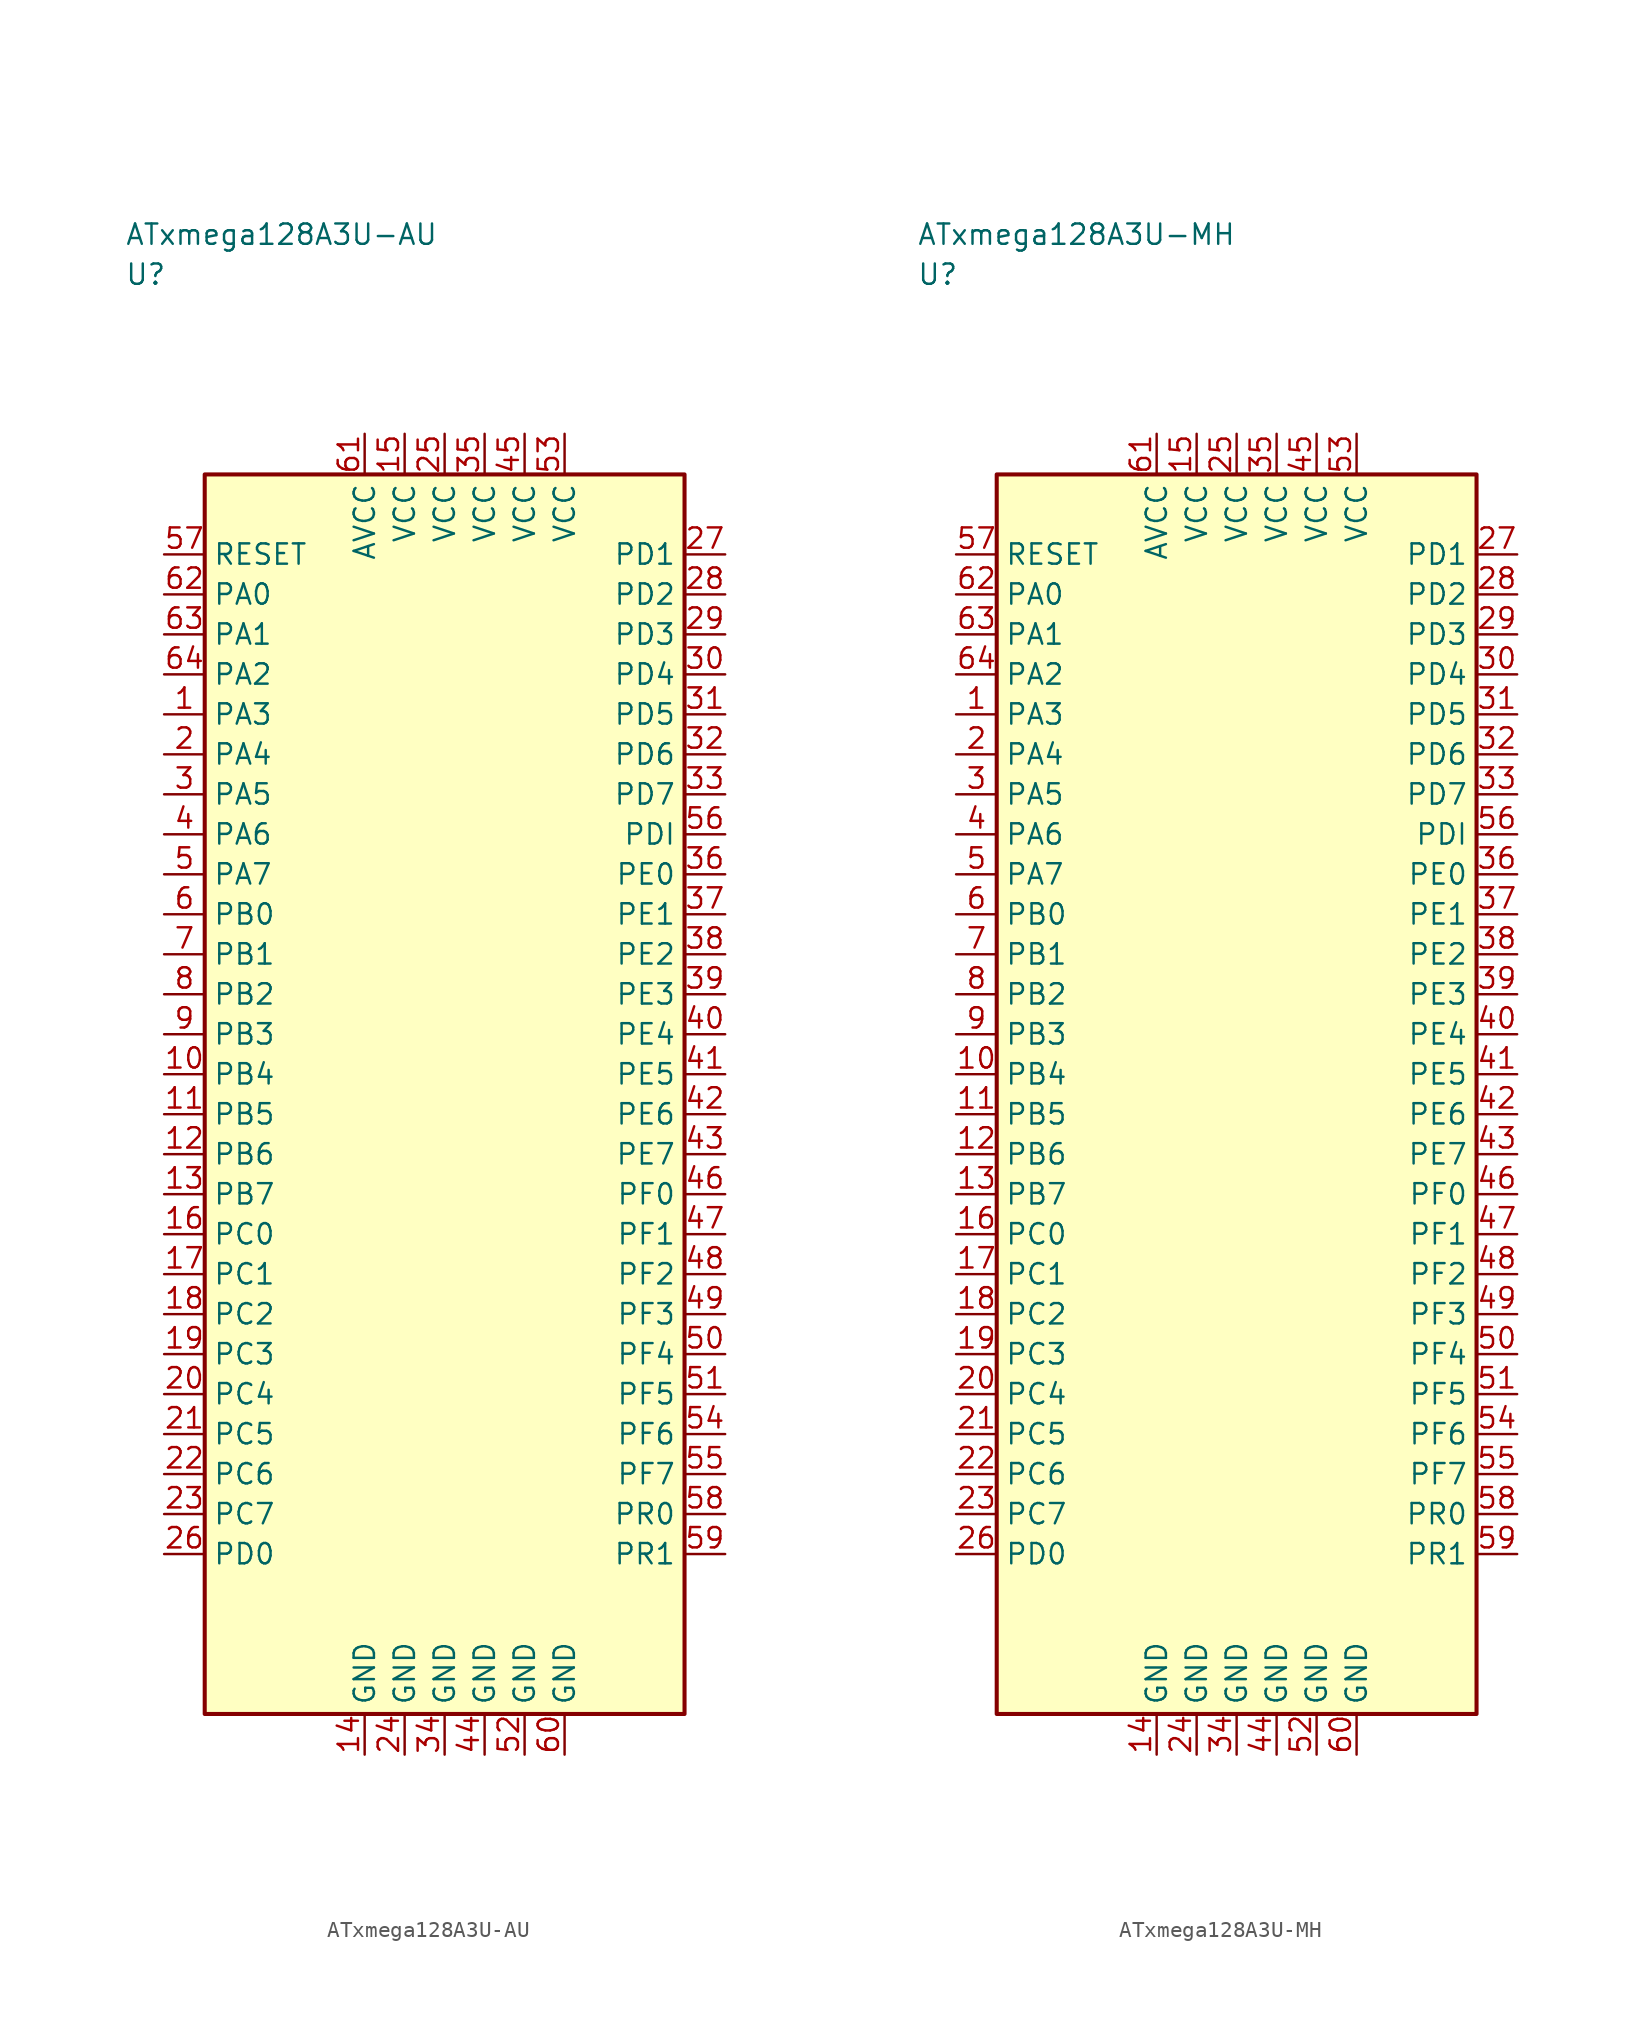
<source format=kicad_sym>
(kicad_symbol_lib
  (version 20241025)
  (generator "kicad_symbol_editor")
  (generator_version "8.0")
  (symbol "ATxmega128A3U-AU"
    (property "Reference" "U"
      (at -20.0 51.25 0)
      (effects (font (size 1.27 1.27)) (justify left)))
    (property "Value" "ATxmega128A3U-AU"
      (at -20.0 53.75 0)
      (effects (font (size 1.27 1.27)) (justify left)))
    (symbol "ATxmega128A3U-AU_0_1"
      (rectangle (start -15.0 38.75) (end 15.0 -38.75) (stroke (width 0.254) (type default)) (fill (type background))))
    (symbol "ATxmega128A3U-AU_1_1"
      (pin bidirectional line (at -17.54 23.75 0.0) (length 2.54) (name "PA3" (effects (font (size 1.27 1.27)))) (number "1" (effects (font (size 1.27 1.27)))))
      (pin bidirectional line (at -17.54 21.25 0.0) (length 2.54) (name "PA4" (effects (font (size 1.27 1.27)))) (number "2" (effects (font (size 1.27 1.27)))))
      (pin bidirectional line (at -17.54 18.75 0.0) (length 2.54) (name "PA5" (effects (font (size 1.27 1.27)))) (number "3" (effects (font (size 1.27 1.27)))))
      (pin bidirectional line (at -17.54 16.25 0.0) (length 2.54) (name "PA6" (effects (font (size 1.27 1.27)))) (number "4" (effects (font (size 1.27 1.27)))))
      (pin bidirectional line (at -17.54 13.75 0.0) (length 2.54) (name "PA7" (effects (font (size 1.27 1.27)))) (number "5" (effects (font (size 1.27 1.27)))))
      (pin bidirectional line (at -17.54 11.25 0.0) (length 2.54) (name "PB0" (effects (font (size 1.27 1.27)))) (number "6" (effects (font (size 1.27 1.27)))))
      (pin bidirectional line (at -17.54 8.75 0.0) (length 2.54) (name "PB1" (effects (font (size 1.27 1.27)))) (number "7" (effects (font (size 1.27 1.27)))))
      (pin bidirectional line (at -17.54 6.25 0.0) (length 2.54) (name "PB2" (effects (font (size 1.27 1.27)))) (number "8" (effects (font (size 1.27 1.27)))))
      (pin bidirectional line (at -17.54 3.75 0.0) (length 2.54) (name "PB3" (effects (font (size 1.27 1.27)))) (number "9" (effects (font (size 1.27 1.27)))))
      (pin bidirectional line (at -17.54 1.25 0.0) (length 2.54) (name "PB4" (effects (font (size 1.27 1.27)))) (number "10" (effects (font (size 1.27 1.27)))))
      (pin bidirectional line (at -17.54 -1.25 0.0) (length 2.54) (name "PB5" (effects (font (size 1.27 1.27)))) (number "11" (effects (font (size 1.27 1.27)))))
      (pin bidirectional line (at -17.54 -3.75 0.0) (length 2.54) (name "PB6" (effects (font (size 1.27 1.27)))) (number "12" (effects (font (size 1.27 1.27)))))
      (pin bidirectional line (at -17.54 -6.25 0.0) (length 2.54) (name "PB7" (effects (font (size 1.27 1.27)))) (number "13" (effects (font (size 1.27 1.27)))))
      (pin passive line (at -5.0 -41.29 90.0) (length 2.54) (name "GND" (effects (font (size 1.27 1.27)))) (number "14" (effects (font (size 1.27 1.27)))))
      (pin power_in line (at -2.5 41.29 270.0) (length 2.54) (name "VCC" (effects (font (size 1.27 1.27)))) (number "15" (effects (font (size 1.27 1.27)))))
      (pin bidirectional line (at -17.54 -8.75 0.0) (length 2.54) (name "PC0" (effects (font (size 1.27 1.27)))) (number "16" (effects (font (size 1.27 1.27)))))
      (pin bidirectional line (at -17.54 -11.25 0.0) (length 2.54) (name "PC1" (effects (font (size 1.27 1.27)))) (number "17" (effects (font (size 1.27 1.27)))))
      (pin bidirectional line (at -17.54 -13.75 0.0) (length 2.54) (name "PC2" (effects (font (size 1.27 1.27)))) (number "18" (effects (font (size 1.27 1.27)))))
      (pin bidirectional line (at -17.54 -16.25 0.0) (length 2.54) (name "PC3" (effects (font (size 1.27 1.27)))) (number "19" (effects (font (size 1.27 1.27)))))
      (pin bidirectional line (at -17.54 -18.75 0.0) (length 2.54) (name "PC4" (effects (font (size 1.27 1.27)))) (number "20" (effects (font (size 1.27 1.27)))))
      (pin bidirectional line (at -17.54 -21.25 0.0) (length 2.54) (name "PC5" (effects (font (size 1.27 1.27)))) (number "21" (effects (font (size 1.27 1.27)))))
      (pin bidirectional line (at -17.54 -23.75 0.0) (length 2.54) (name "PC6" (effects (font (size 1.27 1.27)))) (number "22" (effects (font (size 1.27 1.27)))))
      (pin bidirectional line (at -17.54 -26.25 0.0) (length 2.54) (name "PC7" (effects (font (size 1.27 1.27)))) (number "23" (effects (font (size 1.27 1.27)))))
      (pin passive line (at -2.5 -41.29 90.0) (length 2.54) (name "GND" (effects (font (size 1.27 1.27)))) (number "24" (effects (font (size 1.27 1.27)))))
      (pin power_in line (at 0.0 41.29 270.0) (length 2.54) (name "VCC" (effects (font (size 1.27 1.27)))) (number "25" (effects (font (size 1.27 1.27)))))
      (pin bidirectional line (at -17.54 -28.75 0.0) (length 2.54) (name "PD0" (effects (font (size 1.27 1.27)))) (number "26" (effects (font (size 1.27 1.27)))))
      (pin bidirectional line (at 17.54 33.75 180.0) (length 2.54) (name "PD1" (effects (font (size 1.27 1.27)))) (number "27" (effects (font (size 1.27 1.27)))))
      (pin bidirectional line (at 17.54 31.25 180.0) (length 2.54) (name "PD2" (effects (font (size 1.27 1.27)))) (number "28" (effects (font (size 1.27 1.27)))))
      (pin bidirectional line (at 17.54 28.75 180.0) (length 2.54) (name "PD3" (effects (font (size 1.27 1.27)))) (number "29" (effects (font (size 1.27 1.27)))))
      (pin bidirectional line (at 17.54 26.25 180.0) (length 2.54) (name "PD4" (effects (font (size 1.27 1.27)))) (number "30" (effects (font (size 1.27 1.27)))))
      (pin bidirectional line (at 17.54 23.75 180.0) (length 2.54) (name "PD5" (effects (font (size 1.27 1.27)))) (number "31" (effects (font (size 1.27 1.27)))))
      (pin bidirectional line (at 17.54 21.25 180.0) (length 2.54) (name "PD6" (effects (font (size 1.27 1.27)))) (number "32" (effects (font (size 1.27 1.27)))))
      (pin bidirectional line (at 17.54 18.75 180.0) (length 2.54) (name "PD7" (effects (font (size 1.27 1.27)))) (number "33" (effects (font (size 1.27 1.27)))))
      (pin passive line (at 0.0 -41.29 90.0) (length 2.54) (name "GND" (effects (font (size 1.27 1.27)))) (number "34" (effects (font (size 1.27 1.27)))))
      (pin power_in line (at 2.5 41.29 270.0) (length 2.54) (name "VCC" (effects (font (size 1.27 1.27)))) (number "35" (effects (font (size 1.27 1.27)))))
      (pin bidirectional line (at 17.54 13.75 180.0) (length 2.54) (name "PE0" (effects (font (size 1.27 1.27)))) (number "36" (effects (font (size 1.27 1.27)))))
      (pin bidirectional line (at 17.54 11.25 180.0) (length 2.54) (name "PE1" (effects (font (size 1.27 1.27)))) (number "37" (effects (font (size 1.27 1.27)))))
      (pin bidirectional line (at 17.54 8.75 180.0) (length 2.54) (name "PE2" (effects (font (size 1.27 1.27)))) (number "38" (effects (font (size 1.27 1.27)))))
      (pin bidirectional line (at 17.54 6.25 180.0) (length 2.54) (name "PE3" (effects (font (size 1.27 1.27)))) (number "39" (effects (font (size 1.27 1.27)))))
      (pin bidirectional line (at 17.54 3.75 180.0) (length 2.54) (name "PE4" (effects (font (size 1.27 1.27)))) (number "40" (effects (font (size 1.27 1.27)))))
      (pin bidirectional line (at 17.54 1.25 180.0) (length 2.54) (name "PE5" (effects (font (size 1.27 1.27)))) (number "41" (effects (font (size 1.27 1.27)))))
      (pin bidirectional line (at 17.54 -1.25 180.0) (length 2.54) (name "PE6" (effects (font (size 1.27 1.27)))) (number "42" (effects (font (size 1.27 1.27)))))
      (pin bidirectional line (at 17.54 -3.75 180.0) (length 2.54) (name "PE7" (effects (font (size 1.27 1.27)))) (number "43" (effects (font (size 1.27 1.27)))))
      (pin passive line (at 2.5 -41.29 90.0) (length 2.54) (name "GND" (effects (font (size 1.27 1.27)))) (number "44" (effects (font (size 1.27 1.27)))))
      (pin power_in line (at 5.0 41.29 270.0) (length 2.54) (name "VCC" (effects (font (size 1.27 1.27)))) (number "45" (effects (font (size 1.27 1.27)))))
      (pin bidirectional line (at 17.54 -6.25 180.0) (length 2.54) (name "PF0" (effects (font (size 1.27 1.27)))) (number "46" (effects (font (size 1.27 1.27)))))
      (pin bidirectional line (at 17.54 -8.75 180.0) (length 2.54) (name "PF1" (effects (font (size 1.27 1.27)))) (number "47" (effects (font (size 1.27 1.27)))))
      (pin bidirectional line (at 17.54 -11.25 180.0) (length 2.54) (name "PF2" (effects (font (size 1.27 1.27)))) (number "48" (effects (font (size 1.27 1.27)))))
      (pin bidirectional line (at 17.54 -13.75 180.0) (length 2.54) (name "PF3" (effects (font (size 1.27 1.27)))) (number "49" (effects (font (size 1.27 1.27)))))
      (pin bidirectional line (at 17.54 -16.25 180.0) (length 2.54) (name "PF4" (effects (font (size 1.27 1.27)))) (number "50" (effects (font (size 1.27 1.27)))))
      (pin bidirectional line (at 17.54 -18.75 180.0) (length 2.54) (name "PF5" (effects (font (size 1.27 1.27)))) (number "51" (effects (font (size 1.27 1.27)))))
      (pin passive line (at 5.0 -41.29 90.0) (length 2.54) (name "GND" (effects (font (size 1.27 1.27)))) (number "52" (effects (font (size 1.27 1.27)))))
      (pin power_in line (at 7.5 41.29 270.0) (length 2.54) (name "VCC" (effects (font (size 1.27 1.27)))) (number "53" (effects (font (size 1.27 1.27)))))
      (pin bidirectional line (at 17.54 -21.25 180.0) (length 2.54) (name "PF6" (effects (font (size 1.27 1.27)))) (number "54" (effects (font (size 1.27 1.27)))))
      (pin bidirectional line (at 17.54 -23.75 180.0) (length 2.54) (name "PF7" (effects (font (size 1.27 1.27)))) (number "55" (effects (font (size 1.27 1.27)))))
      (pin bidirectional line (at 17.54 16.25 180.0) (length 2.54) (name "PDI" (effects (font (size 1.27 1.27)))) (number "56" (effects (font (size 1.27 1.27)))))
      (pin input line (at -17.54 33.75 0.0) (length 2.54) (name "RESET" (effects (font (size 1.27 1.27)))) (number "57" (effects (font (size 1.27 1.27)))))
      (pin bidirectional line (at 17.54 -26.25 180.0) (length 2.54) (name "PR0" (effects (font (size 1.27 1.27)))) (number "58" (effects (font (size 1.27 1.27)))))
      (pin bidirectional line (at 17.54 -28.75 180.0) (length 2.54) (name "PR1" (effects (font (size 1.27 1.27)))) (number "59" (effects (font (size 1.27 1.27)))))
      (pin passive line (at 7.5 -41.29 90.0) (length 2.54) (name "GND" (effects (font (size 1.27 1.27)))) (number "60" (effects (font (size 1.27 1.27)))))
      (pin power_in line (at -5.0 41.29 270.0) (length 2.54) (name "AVCC" (effects (font (size 1.27 1.27)))) (number "61" (effects (font (size 1.27 1.27)))))
      (pin bidirectional line (at -17.54 31.25 0.0) (length 2.54) (name "PA0" (effects (font (size 1.27 1.27)))) (number "62" (effects (font (size 1.27 1.27)))))
      (pin bidirectional line (at -17.54 28.75 0.0) (length 2.54) (name "PA1" (effects (font (size 1.27 1.27)))) (number "63" (effects (font (size 1.27 1.27)))))
      (pin bidirectional line (at -17.54 26.25 0.0) (length 2.54) (name "PA2" (effects (font (size 1.27 1.27)))) (number "64" (effects (font (size 1.27 1.27)))))))
  (symbol "ATxmega128A3U-MH"
    (property "Reference" "U"
      (at -20.0 51.25 0)
      (effects (font (size 1.27 1.27)) (justify left)))
    (property "Value" "ATxmega128A3U-MH"
      (at -20.0 53.75 0)
      (effects (font (size 1.27 1.27)) (justify left)))
    (symbol "ATxmega128A3U-MH_0_1"
      (rectangle (start -15.0 38.75) (end 15.0 -38.75) (stroke (width 0.254) (type default)) (fill (type background))))
    (symbol "ATxmega128A3U-MH_1_1"
      (pin bidirectional line (at -17.54 23.75 0.0) (length 2.54) (name "PA3" (effects (font (size 1.27 1.27)))) (number "1" (effects (font (size 1.27 1.27)))))
      (pin bidirectional line (at -17.54 21.25 0.0) (length 2.54) (name "PA4" (effects (font (size 1.27 1.27)))) (number "2" (effects (font (size 1.27 1.27)))))
      (pin bidirectional line (at -17.54 18.75 0.0) (length 2.54) (name "PA5" (effects (font (size 1.27 1.27)))) (number "3" (effects (font (size 1.27 1.27)))))
      (pin bidirectional line (at -17.54 16.25 0.0) (length 2.54) (name "PA6" (effects (font (size 1.27 1.27)))) (number "4" (effects (font (size 1.27 1.27)))))
      (pin bidirectional line (at -17.54 13.75 0.0) (length 2.54) (name "PA7" (effects (font (size 1.27 1.27)))) (number "5" (effects (font (size 1.27 1.27)))))
      (pin bidirectional line (at -17.54 11.25 0.0) (length 2.54) (name "PB0" (effects (font (size 1.27 1.27)))) (number "6" (effects (font (size 1.27 1.27)))))
      (pin bidirectional line (at -17.54 8.75 0.0) (length 2.54) (name "PB1" (effects (font (size 1.27 1.27)))) (number "7" (effects (font (size 1.27 1.27)))))
      (pin bidirectional line (at -17.54 6.25 0.0) (length 2.54) (name "PB2" (effects (font (size 1.27 1.27)))) (number "8" (effects (font (size 1.27 1.27)))))
      (pin bidirectional line (at -17.54 3.75 0.0) (length 2.54) (name "PB3" (effects (font (size 1.27 1.27)))) (number "9" (effects (font (size 1.27 1.27)))))
      (pin bidirectional line (at -17.54 1.25 0.0) (length 2.54) (name "PB4" (effects (font (size 1.27 1.27)))) (number "10" (effects (font (size 1.27 1.27)))))
      (pin bidirectional line (at -17.54 -1.25 0.0) (length 2.54) (name "PB5" (effects (font (size 1.27 1.27)))) (number "11" (effects (font (size 1.27 1.27)))))
      (pin bidirectional line (at -17.54 -3.75 0.0) (length 2.54) (name "PB6" (effects (font (size 1.27 1.27)))) (number "12" (effects (font (size 1.27 1.27)))))
      (pin bidirectional line (at -17.54 -6.25 0.0) (length 2.54) (name "PB7" (effects (font (size 1.27 1.27)))) (number "13" (effects (font (size 1.27 1.27)))))
      (pin passive line (at -5.0 -41.29 90.0) (length 2.54) (name "GND" (effects (font (size 1.27 1.27)))) (number "14" (effects (font (size 1.27 1.27)))))
      (pin power_in line (at -2.5 41.29 270.0) (length 2.54) (name "VCC" (effects (font (size 1.27 1.27)))) (number "15" (effects (font (size 1.27 1.27)))))
      (pin bidirectional line (at -17.54 -8.75 0.0) (length 2.54) (name "PC0" (effects (font (size 1.27 1.27)))) (number "16" (effects (font (size 1.27 1.27)))))
      (pin bidirectional line (at -17.54 -11.25 0.0) (length 2.54) (name "PC1" (effects (font (size 1.27 1.27)))) (number "17" (effects (font (size 1.27 1.27)))))
      (pin bidirectional line (at -17.54 -13.75 0.0) (length 2.54) (name "PC2" (effects (font (size 1.27 1.27)))) (number "18" (effects (font (size 1.27 1.27)))))
      (pin bidirectional line (at -17.54 -16.25 0.0) (length 2.54) (name "PC3" (effects (font (size 1.27 1.27)))) (number "19" (effects (font (size 1.27 1.27)))))
      (pin bidirectional line (at -17.54 -18.75 0.0) (length 2.54) (name "PC4" (effects (font (size 1.27 1.27)))) (number "20" (effects (font (size 1.27 1.27)))))
      (pin bidirectional line (at -17.54 -21.25 0.0) (length 2.54) (name "PC5" (effects (font (size 1.27 1.27)))) (number "21" (effects (font (size 1.27 1.27)))))
      (pin bidirectional line (at -17.54 -23.75 0.0) (length 2.54) (name "PC6" (effects (font (size 1.27 1.27)))) (number "22" (effects (font (size 1.27 1.27)))))
      (pin bidirectional line (at -17.54 -26.25 0.0) (length 2.54) (name "PC7" (effects (font (size 1.27 1.27)))) (number "23" (effects (font (size 1.27 1.27)))))
      (pin passive line (at -2.5 -41.29 90.0) (length 2.54) (name "GND" (effects (font (size 1.27 1.27)))) (number "24" (effects (font (size 1.27 1.27)))))
      (pin power_in line (at 0.0 41.29 270.0) (length 2.54) (name "VCC" (effects (font (size 1.27 1.27)))) (number "25" (effects (font (size 1.27 1.27)))))
      (pin bidirectional line (at -17.54 -28.75 0.0) (length 2.54) (name "PD0" (effects (font (size 1.27 1.27)))) (number "26" (effects (font (size 1.27 1.27)))))
      (pin bidirectional line (at 17.54 33.75 180.0) (length 2.54) (name "PD1" (effects (font (size 1.27 1.27)))) (number "27" (effects (font (size 1.27 1.27)))))
      (pin bidirectional line (at 17.54 31.25 180.0) (length 2.54) (name "PD2" (effects (font (size 1.27 1.27)))) (number "28" (effects (font (size 1.27 1.27)))))
      (pin bidirectional line (at 17.54 28.75 180.0) (length 2.54) (name "PD3" (effects (font (size 1.27 1.27)))) (number "29" (effects (font (size 1.27 1.27)))))
      (pin bidirectional line (at 17.54 26.25 180.0) (length 2.54) (name "PD4" (effects (font (size 1.27 1.27)))) (number "30" (effects (font (size 1.27 1.27)))))
      (pin bidirectional line (at 17.54 23.75 180.0) (length 2.54) (name "PD5" (effects (font (size 1.27 1.27)))) (number "31" (effects (font (size 1.27 1.27)))))
      (pin bidirectional line (at 17.54 21.25 180.0) (length 2.54) (name "PD6" (effects (font (size 1.27 1.27)))) (number "32" (effects (font (size 1.27 1.27)))))
      (pin bidirectional line (at 17.54 18.75 180.0) (length 2.54) (name "PD7" (effects (font (size 1.27 1.27)))) (number "33" (effects (font (size 1.27 1.27)))))
      (pin passive line (at 0.0 -41.29 90.0) (length 2.54) (name "GND" (effects (font (size 1.27 1.27)))) (number "34" (effects (font (size 1.27 1.27)))))
      (pin power_in line (at 2.5 41.29 270.0) (length 2.54) (name "VCC" (effects (font (size 1.27 1.27)))) (number "35" (effects (font (size 1.27 1.27)))))
      (pin bidirectional line (at 17.54 13.75 180.0) (length 2.54) (name "PE0" (effects (font (size 1.27 1.27)))) (number "36" (effects (font (size 1.27 1.27)))))
      (pin bidirectional line (at 17.54 11.25 180.0) (length 2.54) (name "PE1" (effects (font (size 1.27 1.27)))) (number "37" (effects (font (size 1.27 1.27)))))
      (pin bidirectional line (at 17.54 8.75 180.0) (length 2.54) (name "PE2" (effects (font (size 1.27 1.27)))) (number "38" (effects (font (size 1.27 1.27)))))
      (pin bidirectional line (at 17.54 6.25 180.0) (length 2.54) (name "PE3" (effects (font (size 1.27 1.27)))) (number "39" (effects (font (size 1.27 1.27)))))
      (pin bidirectional line (at 17.54 3.75 180.0) (length 2.54) (name "PE4" (effects (font (size 1.27 1.27)))) (number "40" (effects (font (size 1.27 1.27)))))
      (pin bidirectional line (at 17.54 1.25 180.0) (length 2.54) (name "PE5" (effects (font (size 1.27 1.27)))) (number "41" (effects (font (size 1.27 1.27)))))
      (pin bidirectional line (at 17.54 -1.25 180.0) (length 2.54) (name "PE6" (effects (font (size 1.27 1.27)))) (number "42" (effects (font (size 1.27 1.27)))))
      (pin bidirectional line (at 17.54 -3.75 180.0) (length 2.54) (name "PE7" (effects (font (size 1.27 1.27)))) (number "43" (effects (font (size 1.27 1.27)))))
      (pin passive line (at 2.5 -41.29 90.0) (length 2.54) (name "GND" (effects (font (size 1.27 1.27)))) (number "44" (effects (font (size 1.27 1.27)))))
      (pin power_in line (at 5.0 41.29 270.0) (length 2.54) (name "VCC" (effects (font (size 1.27 1.27)))) (number "45" (effects (font (size 1.27 1.27)))))
      (pin bidirectional line (at 17.54 -6.25 180.0) (length 2.54) (name "PF0" (effects (font (size 1.27 1.27)))) (number "46" (effects (font (size 1.27 1.27)))))
      (pin bidirectional line (at 17.54 -8.75 180.0) (length 2.54) (name "PF1" (effects (font (size 1.27 1.27)))) (number "47" (effects (font (size 1.27 1.27)))))
      (pin bidirectional line (at 17.54 -11.25 180.0) (length 2.54) (name "PF2" (effects (font (size 1.27 1.27)))) (number "48" (effects (font (size 1.27 1.27)))))
      (pin bidirectional line (at 17.54 -13.75 180.0) (length 2.54) (name "PF3" (effects (font (size 1.27 1.27)))) (number "49" (effects (font (size 1.27 1.27)))))
      (pin bidirectional line (at 17.54 -16.25 180.0) (length 2.54) (name "PF4" (effects (font (size 1.27 1.27)))) (number "50" (effects (font (size 1.27 1.27)))))
      (pin bidirectional line (at 17.54 -18.75 180.0) (length 2.54) (name "PF5" (effects (font (size 1.27 1.27)))) (number "51" (effects (font (size 1.27 1.27)))))
      (pin passive line (at 5.0 -41.29 90.0) (length 2.54) (name "GND" (effects (font (size 1.27 1.27)))) (number "52" (effects (font (size 1.27 1.27)))))
      (pin power_in line (at 7.5 41.29 270.0) (length 2.54) (name "VCC" (effects (font (size 1.27 1.27)))) (number "53" (effects (font (size 1.27 1.27)))))
      (pin bidirectional line (at 17.54 -21.25 180.0) (length 2.54) (name "PF6" (effects (font (size 1.27 1.27)))) (number "54" (effects (font (size 1.27 1.27)))))
      (pin bidirectional line (at 17.54 -23.75 180.0) (length 2.54) (name "PF7" (effects (font (size 1.27 1.27)))) (number "55" (effects (font (size 1.27 1.27)))))
      (pin bidirectional line (at 17.54 16.25 180.0) (length 2.54) (name "PDI" (effects (font (size 1.27 1.27)))) (number "56" (effects (font (size 1.27 1.27)))))
      (pin input line (at -17.54 33.75 0.0) (length 2.54) (name "RESET" (effects (font (size 1.27 1.27)))) (number "57" (effects (font (size 1.27 1.27)))))
      (pin bidirectional line (at 17.54 -26.25 180.0) (length 2.54) (name "PR0" (effects (font (size 1.27 1.27)))) (number "58" (effects (font (size 1.27 1.27)))))
      (pin bidirectional line (at 17.54 -28.75 180.0) (length 2.54) (name "PR1" (effects (font (size 1.27 1.27)))) (number "59" (effects (font (size 1.27 1.27)))))
      (pin passive line (at 7.5 -41.29 90.0) (length 2.54) (name "GND" (effects (font (size 1.27 1.27)))) (number "60" (effects (font (size 1.27 1.27)))))
      (pin power_in line (at -5.0 41.29 270.0) (length 2.54) (name "AVCC" (effects (font (size 1.27 1.27)))) (number "61" (effects (font (size 1.27 1.27)))))
      (pin bidirectional line (at -17.54 31.25 0.0) (length 2.54) (name "PA0" (effects (font (size 1.27 1.27)))) (number "62" (effects (font (size 1.27 1.27)))))
      (pin bidirectional line (at -17.54 28.75 0.0) (length 2.54) (name "PA1" (effects (font (size 1.27 1.27)))) (number "63" (effects (font (size 1.27 1.27)))))
      (pin bidirectional line (at -17.54 26.25 0.0) (length 2.54) (name "PA2" (effects (font (size 1.27 1.27)))) (number "64" (effects (font (size 1.27 1.27))))))))
</source>
